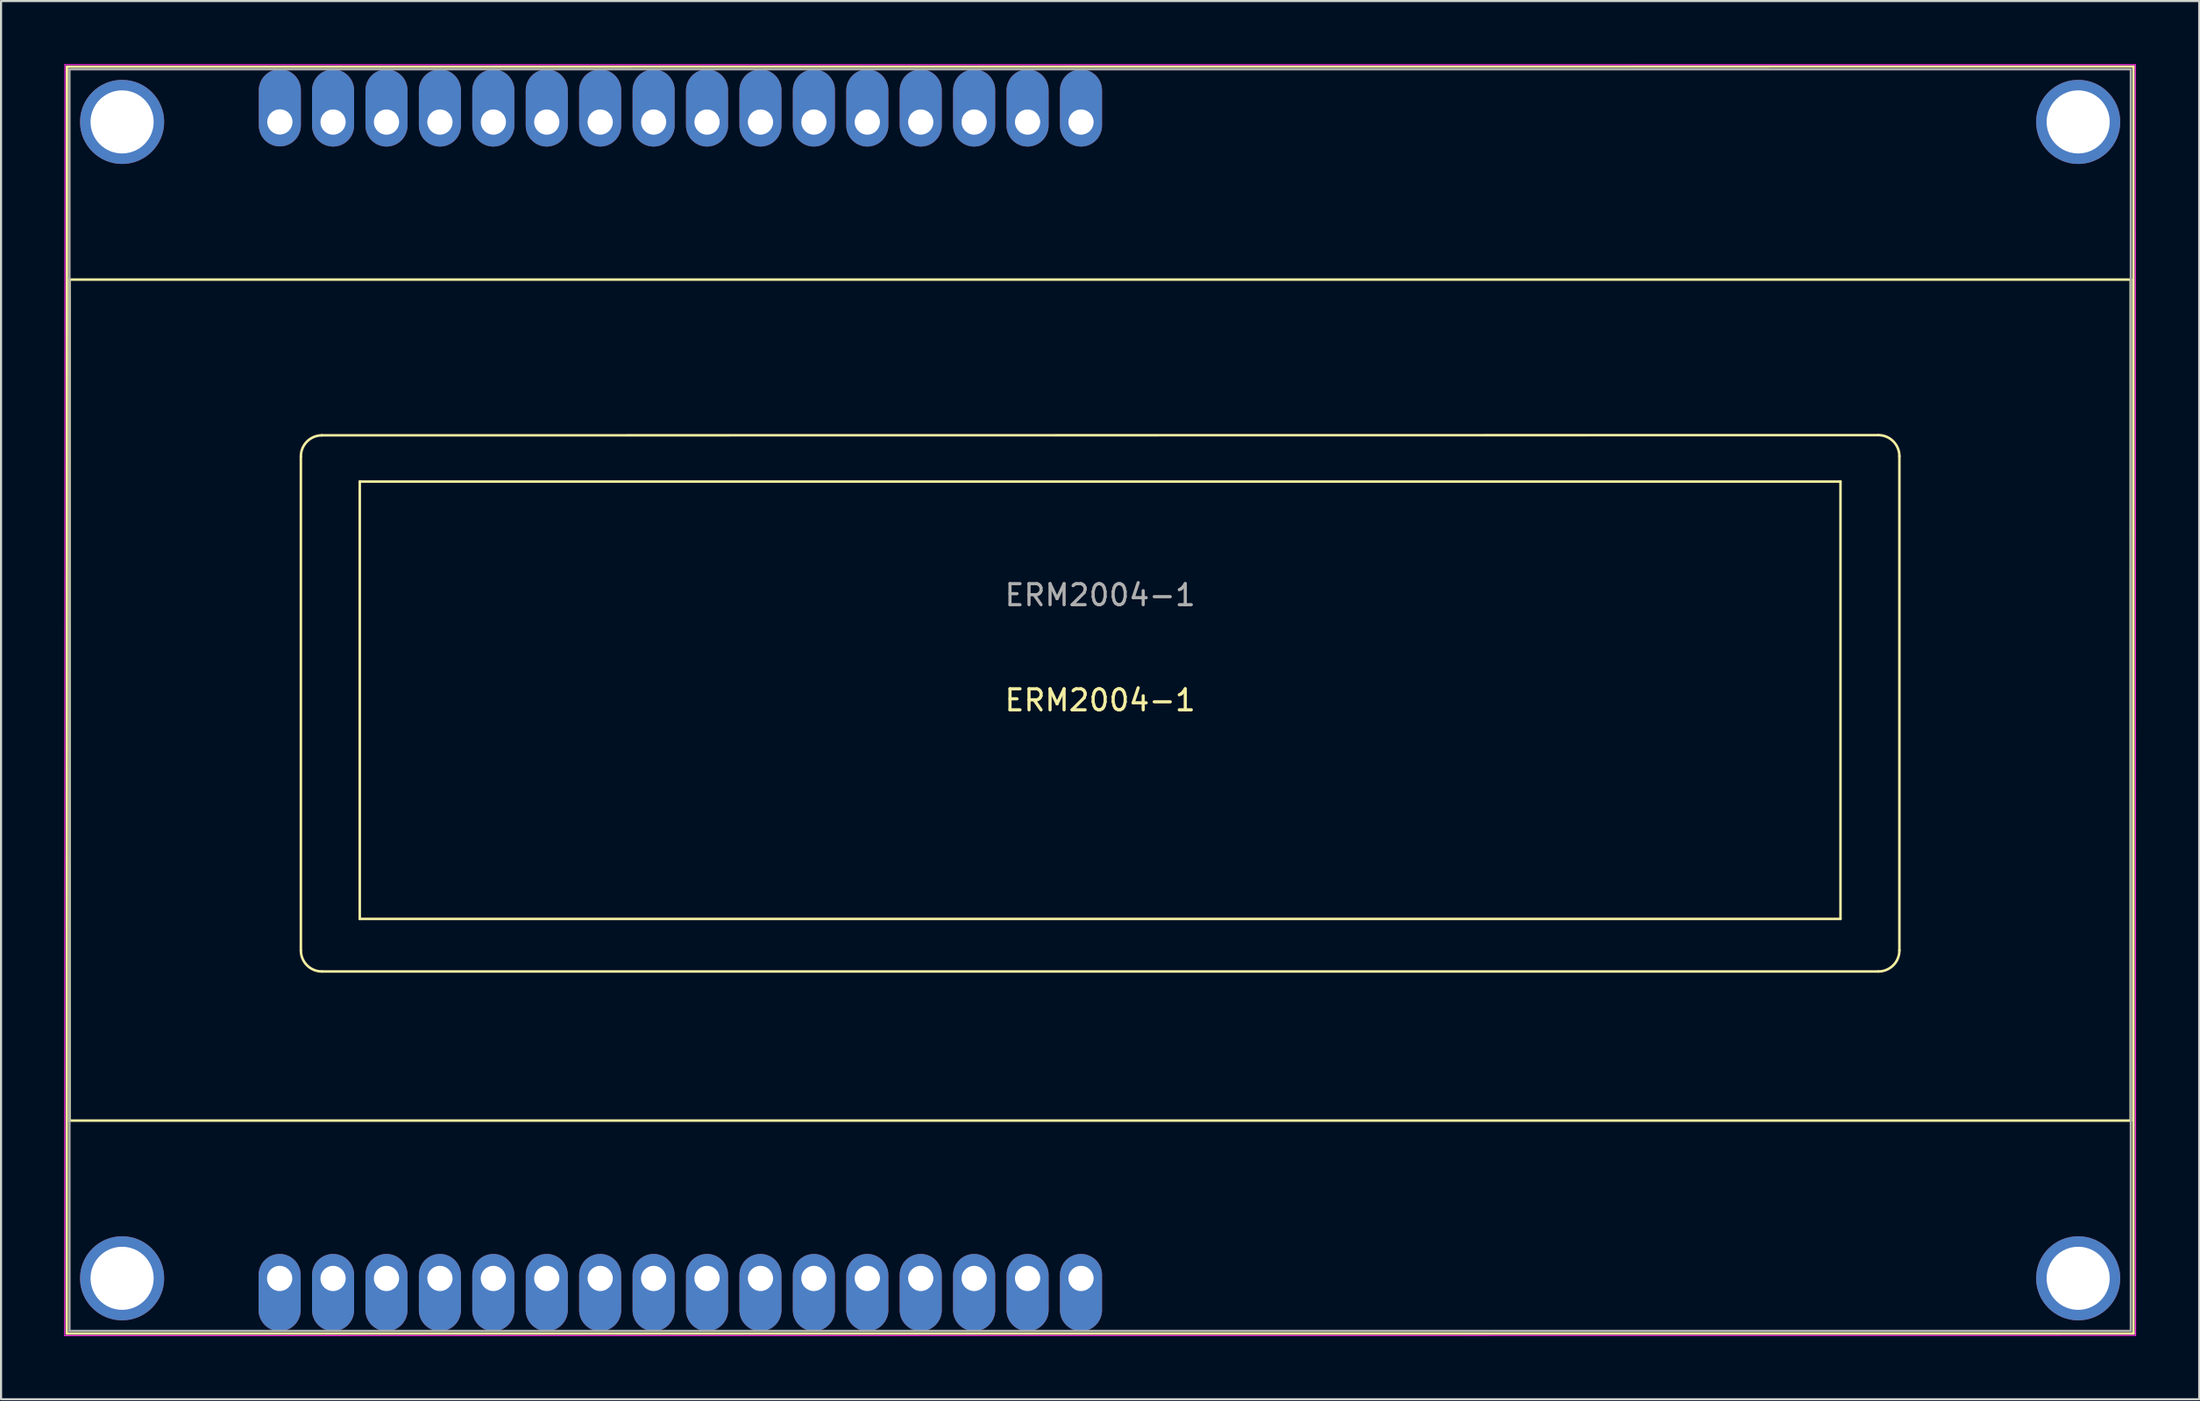
<source format=kicad_pcb>
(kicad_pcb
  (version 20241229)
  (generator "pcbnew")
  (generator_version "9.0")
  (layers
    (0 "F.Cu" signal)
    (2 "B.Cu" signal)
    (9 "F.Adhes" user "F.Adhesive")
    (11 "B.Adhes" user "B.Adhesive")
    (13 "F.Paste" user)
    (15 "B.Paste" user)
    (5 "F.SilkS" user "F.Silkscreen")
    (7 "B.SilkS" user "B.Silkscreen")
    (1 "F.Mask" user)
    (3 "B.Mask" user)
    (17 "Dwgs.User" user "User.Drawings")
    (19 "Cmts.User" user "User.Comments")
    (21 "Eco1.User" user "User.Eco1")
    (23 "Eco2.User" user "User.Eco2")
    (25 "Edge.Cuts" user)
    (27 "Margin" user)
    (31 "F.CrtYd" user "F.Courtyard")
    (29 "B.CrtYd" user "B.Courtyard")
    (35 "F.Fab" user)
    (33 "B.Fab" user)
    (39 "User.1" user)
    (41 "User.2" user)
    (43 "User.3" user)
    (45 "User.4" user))
  (footprint "ERM2004-1"
    (layer "F.Cu")
    (at 10.275 2.735)
    (property "Reference" "ERM2004-1" (at 38.98 27.52 0) (layer "F.SilkS") (effects (font (size 1 1) (thickness 0.15))))
    (attr through_hole)
    (fp_line (start -10.15 57.64) (end 88.11 57.64) (stroke (width 0.12) (type solid)) (layer "F.SilkS"))
    (fp_line (start -10.14 -2.61) (end -10.15 57.64) (stroke (width 0.12) (type solid)) (layer "F.SilkS"))
    (fp_line (start -10.14 -2.61) (end 88.11 -2.62) (stroke (width 0.12) (type solid)) (layer "F.SilkS"))
    (fp_line (start -10.02 7.513) (end -10.02 47.513) (stroke (width 0.12) (type solid)) (layer "F.SilkS"))
    (fp_line (start -10.02 7.513) (end 87.98 7.513) (stroke (width 0.12) (type solid)) (layer "F.SilkS"))
    (fp_line (start 0.98 15.92) (end 0.98 39.42) (stroke (width 0.12) (type solid)) (layer "F.SilkS"))
    (fp_line (start 1.98 14.92) (end 75.98 14.91) (stroke (width 0.12) (type solid)) (layer "F.SilkS"))
    (fp_line (start 1.98 40.42) (end 75.98 40.42) (stroke (width 0.12) (type solid)) (layer "F.SilkS"))
    (fp_line (start 3.78 17.12) (end 3.78 37.92) (stroke (width 0.12) (type solid)) (layer "F.SilkS"))
    (fp_line (start 3.78 17.12) (end 74.18 17.12) (stroke (width 0.12) (type solid)) (layer "F.SilkS"))
    (fp_line (start 3.78 37.92) (end 74.18 37.92) (stroke (width 0.12) (type solid)) (layer "F.SilkS"))
    (fp_line (start 74.18 17.12) (end 74.18 37.92) (stroke (width 0.12) (type solid)) (layer "F.SilkS"))
    (fp_line (start 76.98 15.91) (end 76.98 39.42) (stroke (width 0.12) (type solid)) (layer "F.SilkS"))
    (fp_line (start 87.98 7.513) (end 87.98 47.513) (stroke (width 0.12) (type solid)) (layer "F.SilkS"))
    (fp_line (start 87.98 47.513) (end -10.02 47.513) (stroke (width 0.12) (type solid)) (layer "F.SilkS"))
    (fp_line (start 88.11 -2.62) (end 88.11 57.64) (stroke (width 0.12) (type solid)) (layer "F.SilkS"))
    (fp_arc (start 0.98 15.92) (mid 1.272893 15.212893) (end 1.98 14.92) (stroke (width 0.12) (type solid)) (layer "F.SilkS"))
    (fp_arc (start 1.98 40.42) (mid 1.272893 40.127107) (end 0.98 39.42) (stroke (width 0.12) (type solid)) (layer "F.SilkS"))
    (fp_arc (start 75.98 14.91) (mid 76.687107 15.202893) (end 76.98 15.91) (stroke (width 0.12) (type solid)) (layer "F.SilkS"))
    (fp_arc (start 76.98 39.42) (mid 76.687107 40.127107) (end 75.98 40.42) (stroke (width 0.12) (type solid)) (layer "F.SilkS"))
    (fp_line (start -10.25 57.74) (end -10.24 -2.71) (stroke (width 0.05) (type solid)) (layer "F.CrtYd"))
    (fp_line (start -10.25 57.74) (end 88.21 57.73) (stroke (width 0.05) (type solid)) (layer "F.CrtYd"))
    (fp_line (start -10.24 -2.71) (end 88.2 -2.71) (stroke (width 0.05) (type solid)) (layer "F.CrtYd"))
    (fp_line (start 88.21 57.73) (end 88.2 -2.71) (stroke (width 0.05) (type solid)) (layer "F.CrtYd"))
    (fp_line (start -10.02 -2.487) (end -10.02 57.513) (stroke (width 0.1) (type solid)) (layer "F.Fab"))
    (fp_line (start -10.02 -2.487) (end 87.98 -2.487) (stroke (width 0.1) (type solid)) (layer "F.Fab"))
    (fp_line (start -10.02 57.513) (end 87.98 57.513) (stroke (width 0.1) (type solid)) (layer "F.Fab"))
    (fp_line (start 87.98 -2.487) (end 87.98 57.513) (stroke (width 0.1) (type solid)) (layer "F.Fab"))
    (fp_text user "${REFERENCE}" (at 38.98 22.52 0) (layer "F.Fab") (effects (font (size 1 1) (thickness 0.15))))
    (pad "" thru_hole circle (at -7.52 0.013) (size 4 4) (drill 3) (layers "*.Cu" "*.Mask"))
    (pad "" thru_hole circle (at -7.52 55.013) (size 4 4) (drill 3) (layers "*.Cu" "*.Mask"))
    (pad "" thru_hole circle (at 85.48 0.013) (size 4 4) (drill 3) (layers "*.Cu" "*.Mask"))
    (pad "" thru_hole circle (at 85.48 55.013) (size 4 4) (drill 3) (layers "*.Cu" "*.Mask"))
    (pad "1" thru_hole oval (at -0.03 55.02) (size 2 3.67) (drill 1.2 (offset 0 0.67)) (layers "*.Cu" "*.Mask"))
    (pad "1" thru_hole oval (at -0.02 0.013) (size 2 3.67) (drill 1.2 (offset 0 -0.67)) (layers "*.Cu" "*.Mask"))
    (pad "2" thru_hole oval (at 2.51 0.02) (size 2 3.67) (drill 1.2 (offset 0 -0.67)) (layers "*.Cu" "*.Mask"))
    (pad "2" thru_hole oval (at 2.51 55.02) (size 2 3.67) (drill 1.2 (offset 0 0.67)) (layers "*.Cu" "*.Mask"))
    (pad "3" thru_hole oval (at 5.05 0.02) (size 2 3.67) (drill 1.2 (offset 0 -0.67)) (layers "*.Cu" "*.Mask"))
    (pad "3" thru_hole oval (at 5.05 55.02) (size 2 3.67) (drill 1.2 (offset 0 0.67)) (layers "*.Cu" "*.Mask"))
    (pad "4" thru_hole oval (at 7.59 0.02) (size 2 3.67) (drill 1.2 (offset 0 -0.67)) (layers "*.Cu" "*.Mask"))
    (pad "4" thru_hole oval (at 7.59 55.02) (size 2 3.67) (drill 1.2 (offset 0 0.67)) (layers "*.Cu" "*.Mask"))
    (pad "5" thru_hole oval (at 10.13 0.02) (size 2 3.67) (drill 1.2 (offset 0 -0.67)) (layers "*.Cu" "*.Mask"))
    (pad "5" thru_hole oval (at 10.13 55.02) (size 2 3.67) (drill 1.2 (offset 0 0.67)) (layers "*.Cu" "*.Mask"))
    (pad "6" thru_hole oval (at 12.67 0.02) (size 2 3.67) (drill 1.2 (offset 0 -0.67)) (layers "*.Cu" "*.Mask"))
    (pad "6" thru_hole oval (at 12.67 55.02) (size 2 3.67) (drill 1.2 (offset 0 0.67)) (layers "*.Cu" "*.Mask"))
    (pad "7" thru_hole oval (at 15.21 0.02) (size 2 3.67) (drill 1.2 (offset 0 -0.67)) (layers "*.Cu" "*.Mask"))
    (pad "7" thru_hole oval (at 15.21 55.02) (size 2 3.67) (drill 1.2 (offset 0 0.67)) (layers "*.Cu" "*.Mask"))
    (pad "8" thru_hole oval (at 17.75 0.02) (size 2 3.67) (drill 1.2 (offset 0 -0.67)) (layers "*.Cu" "*.Mask"))
    (pad "8" thru_hole oval (at 17.75 55.02) (size 2 3.67) (drill 1.2 (offset 0 0.67)) (layers "*.Cu" "*.Mask"))
    (pad "9" thru_hole oval (at 20.29 0.02) (size 2 3.67) (drill 1.2 (offset 0 -0.67)) (layers "*.Cu" "*.Mask"))
    (pad "9" thru_hole oval (at 20.29 55.02) (size 2 3.67) (drill 1.2 (offset 0 0.67)) (layers "*.Cu" "*.Mask"))
    (pad "10" thru_hole oval (at 22.83 0.02) (size 2 3.67) (drill 1.2 (offset 0 -0.67)) (layers "*.Cu" "*.Mask"))
    (pad "10" thru_hole oval (at 22.83 55.02) (size 2 3.67) (drill 1.2 (offset 0 0.67)) (layers "*.Cu" "*.Mask"))
    (pad "11" thru_hole oval (at 25.37 0.02) (size 2 3.67) (drill 1.2 (offset 0 -0.67)) (layers "*.Cu" "*.Mask"))
    (pad "11" thru_hole oval (at 25.37 55.02) (size 2 3.67) (drill 1.2 (offset 0 0.67)) (layers "*.Cu" "*.Mask"))
    (pad "12" thru_hole oval (at 27.91 0.02) (size 2 3.67) (drill 1.2 (offset 0 -0.67)) (layers "*.Cu" "*.Mask"))
    (pad "12" thru_hole oval (at 27.91 55.02) (size 2 3.67) (drill 1.2 (offset 0 0.67)) (layers "*.Cu" "*.Mask"))
    (pad "13" thru_hole oval (at 30.45 0.02) (size 2 3.67) (drill 1.2 (offset 0 -0.67)) (layers "*.Cu" "*.Mask"))
    (pad "13" thru_hole oval (at 30.45 55.02) (size 2 3.67) (drill 1.2 (offset 0 0.67)) (layers "*.Cu" "*.Mask"))
    (pad "14" thru_hole oval (at 32.99 0.02) (size 2 3.67) (drill 1.2 (offset 0 -0.67)) (layers "*.Cu" "*.Mask"))
    (pad "14" thru_hole oval (at 32.99 55.02) (size 2 3.67) (drill 1.2 (offset 0 0.67)) (layers "*.Cu" "*.Mask"))
    (pad "15" thru_hole oval (at 35.53 0.02) (size 2 3.67) (drill 1.2 (offset 0 -0.67)) (layers "*.Cu" "*.Mask"))
    (pad "15" thru_hole oval (at 35.53 55.02) (size 2 3.67) (drill 1.2 (offset 0 0.67)) (layers "*.Cu" "*.Mask"))
    (pad "16" thru_hole oval (at 38.07 0.02) (size 2 3.67) (drill 1.2 (offset 0 -0.67)) (layers "*.Cu" "*.Mask"))
    (pad "16" thru_hole oval (at 38.07 55.02) (size 2 3.67) (drill 1.2 (offset 0 0.67)) (layers "*.Cu" "*.Mask")))
  (gr_rect
    (start -3 -3)
    (end 101.51 63.5)
    (stroke (width 0.1) (type default))
    (fill no)
    (layer "Edge.Cuts")))
</source>
